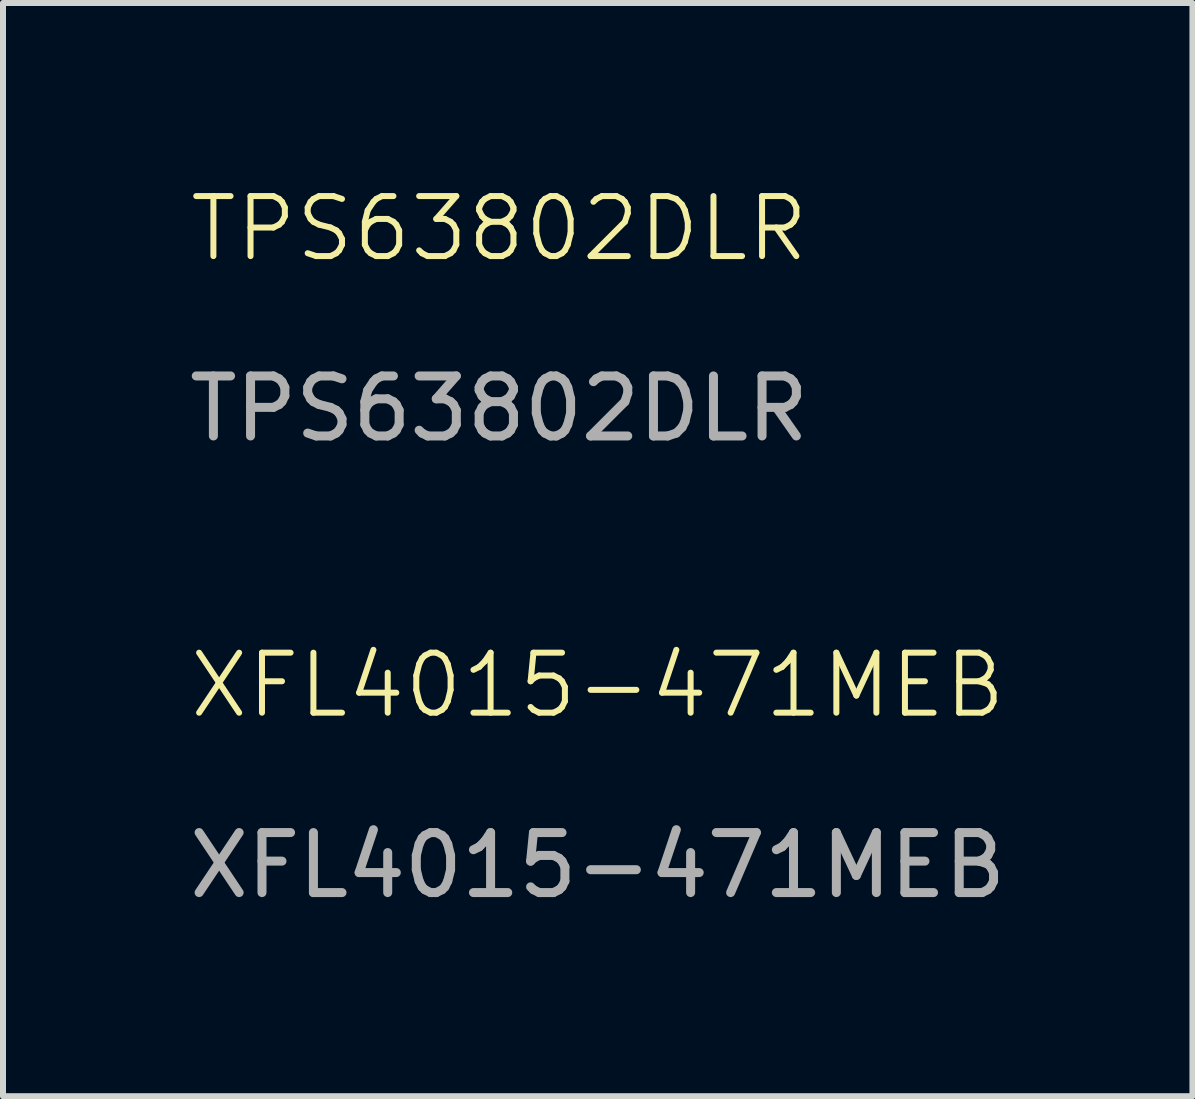
<source format=kicad_pcb>
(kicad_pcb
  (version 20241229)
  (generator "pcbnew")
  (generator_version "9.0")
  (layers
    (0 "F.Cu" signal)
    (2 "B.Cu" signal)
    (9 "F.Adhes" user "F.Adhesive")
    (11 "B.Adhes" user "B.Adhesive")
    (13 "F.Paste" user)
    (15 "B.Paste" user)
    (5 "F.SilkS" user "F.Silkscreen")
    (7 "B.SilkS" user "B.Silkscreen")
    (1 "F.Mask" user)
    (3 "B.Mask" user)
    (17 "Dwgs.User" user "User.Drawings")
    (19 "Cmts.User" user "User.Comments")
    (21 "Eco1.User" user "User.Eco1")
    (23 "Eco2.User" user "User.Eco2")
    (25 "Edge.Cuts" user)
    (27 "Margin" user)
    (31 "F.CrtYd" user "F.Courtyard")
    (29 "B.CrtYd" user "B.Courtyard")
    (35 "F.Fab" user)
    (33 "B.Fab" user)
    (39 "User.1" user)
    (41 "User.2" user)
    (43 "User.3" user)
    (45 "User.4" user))
  (footprint "TPS63802DLR"
    (layer "F.Cu")
    (at 5.268 1.26)
    (property "Reference" "TPS63802DLR" (at 0 -0.5 0) (unlocked yes) (layer "F.SilkS") (effects (font (size 1 1) (thickness 0.1))))
    (attr smd)
    (fp_text user "${REFERENCE}" (at 0 2.5 0) (unlocked yes) (layer "F.Fab") (effects (font (size 1 1) (thickness 0.15)))))
  (footprint "XFL4015-471MEB"
    (layer "F.Cu")
    (at 6.911 8.869)
    (property "Reference" "XFL4015-471MEB" (at 0 -0.5 0) (unlocked yes) (layer "F.SilkS") (effects (font (size 1 1) (thickness 0.1))))
    (attr smd)
    (fp_text user "${REFERENCE}" (at 0 2.5 0) (unlocked yes) (layer "F.Fab") (effects (font (size 1 1) (thickness 0.15)))))
  (gr_rect
    (start -3 -3)
    (end 16.821 15.217)
    (stroke (width 0.1) (type default))
    (fill no)
    (layer "Edge.Cuts")))
</source>
